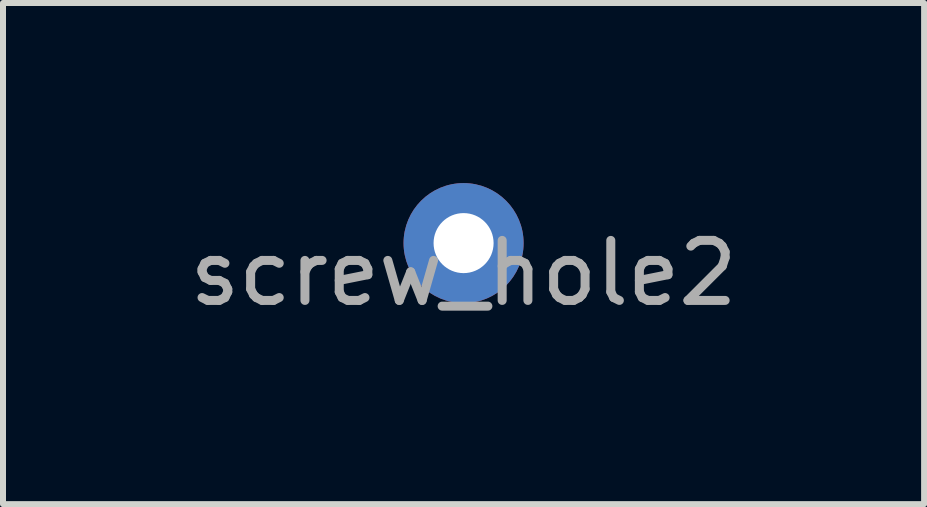
<source format=kicad_pcb>
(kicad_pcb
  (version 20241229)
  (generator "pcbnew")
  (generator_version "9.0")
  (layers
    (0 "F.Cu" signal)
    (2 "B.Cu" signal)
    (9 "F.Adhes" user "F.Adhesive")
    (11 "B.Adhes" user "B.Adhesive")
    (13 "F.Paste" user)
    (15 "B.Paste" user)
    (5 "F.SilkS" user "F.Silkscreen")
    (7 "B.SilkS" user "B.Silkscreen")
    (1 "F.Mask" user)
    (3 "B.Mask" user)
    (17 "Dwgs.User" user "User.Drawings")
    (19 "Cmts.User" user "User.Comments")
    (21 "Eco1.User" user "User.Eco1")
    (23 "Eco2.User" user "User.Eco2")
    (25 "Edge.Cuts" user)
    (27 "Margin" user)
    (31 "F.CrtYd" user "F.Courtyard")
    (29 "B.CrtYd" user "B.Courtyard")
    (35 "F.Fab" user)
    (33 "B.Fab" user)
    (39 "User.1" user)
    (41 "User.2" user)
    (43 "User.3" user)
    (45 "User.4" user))
  (footprint "screw_hole2"
    (layer "F.Cu")
    (at 4.673 1)
    (property "Reference" "screw_hole2" (at 0 0.5 0) (layer "F.Fab") (effects (font (size 1 1) (thickness 0.15))))
    (attr through_hole)
    (pad "1" thru_hole circle (at 0 0) (size 2 2) (drill 1) (layers "*.Cu" "*.Mask")))
  (gr_rect
    (start -3 -3)
    (end 12.345 5.348)
    (stroke (width 0.1) (type default))
    (fill no)
    (layer "Edge.Cuts")))
</source>
